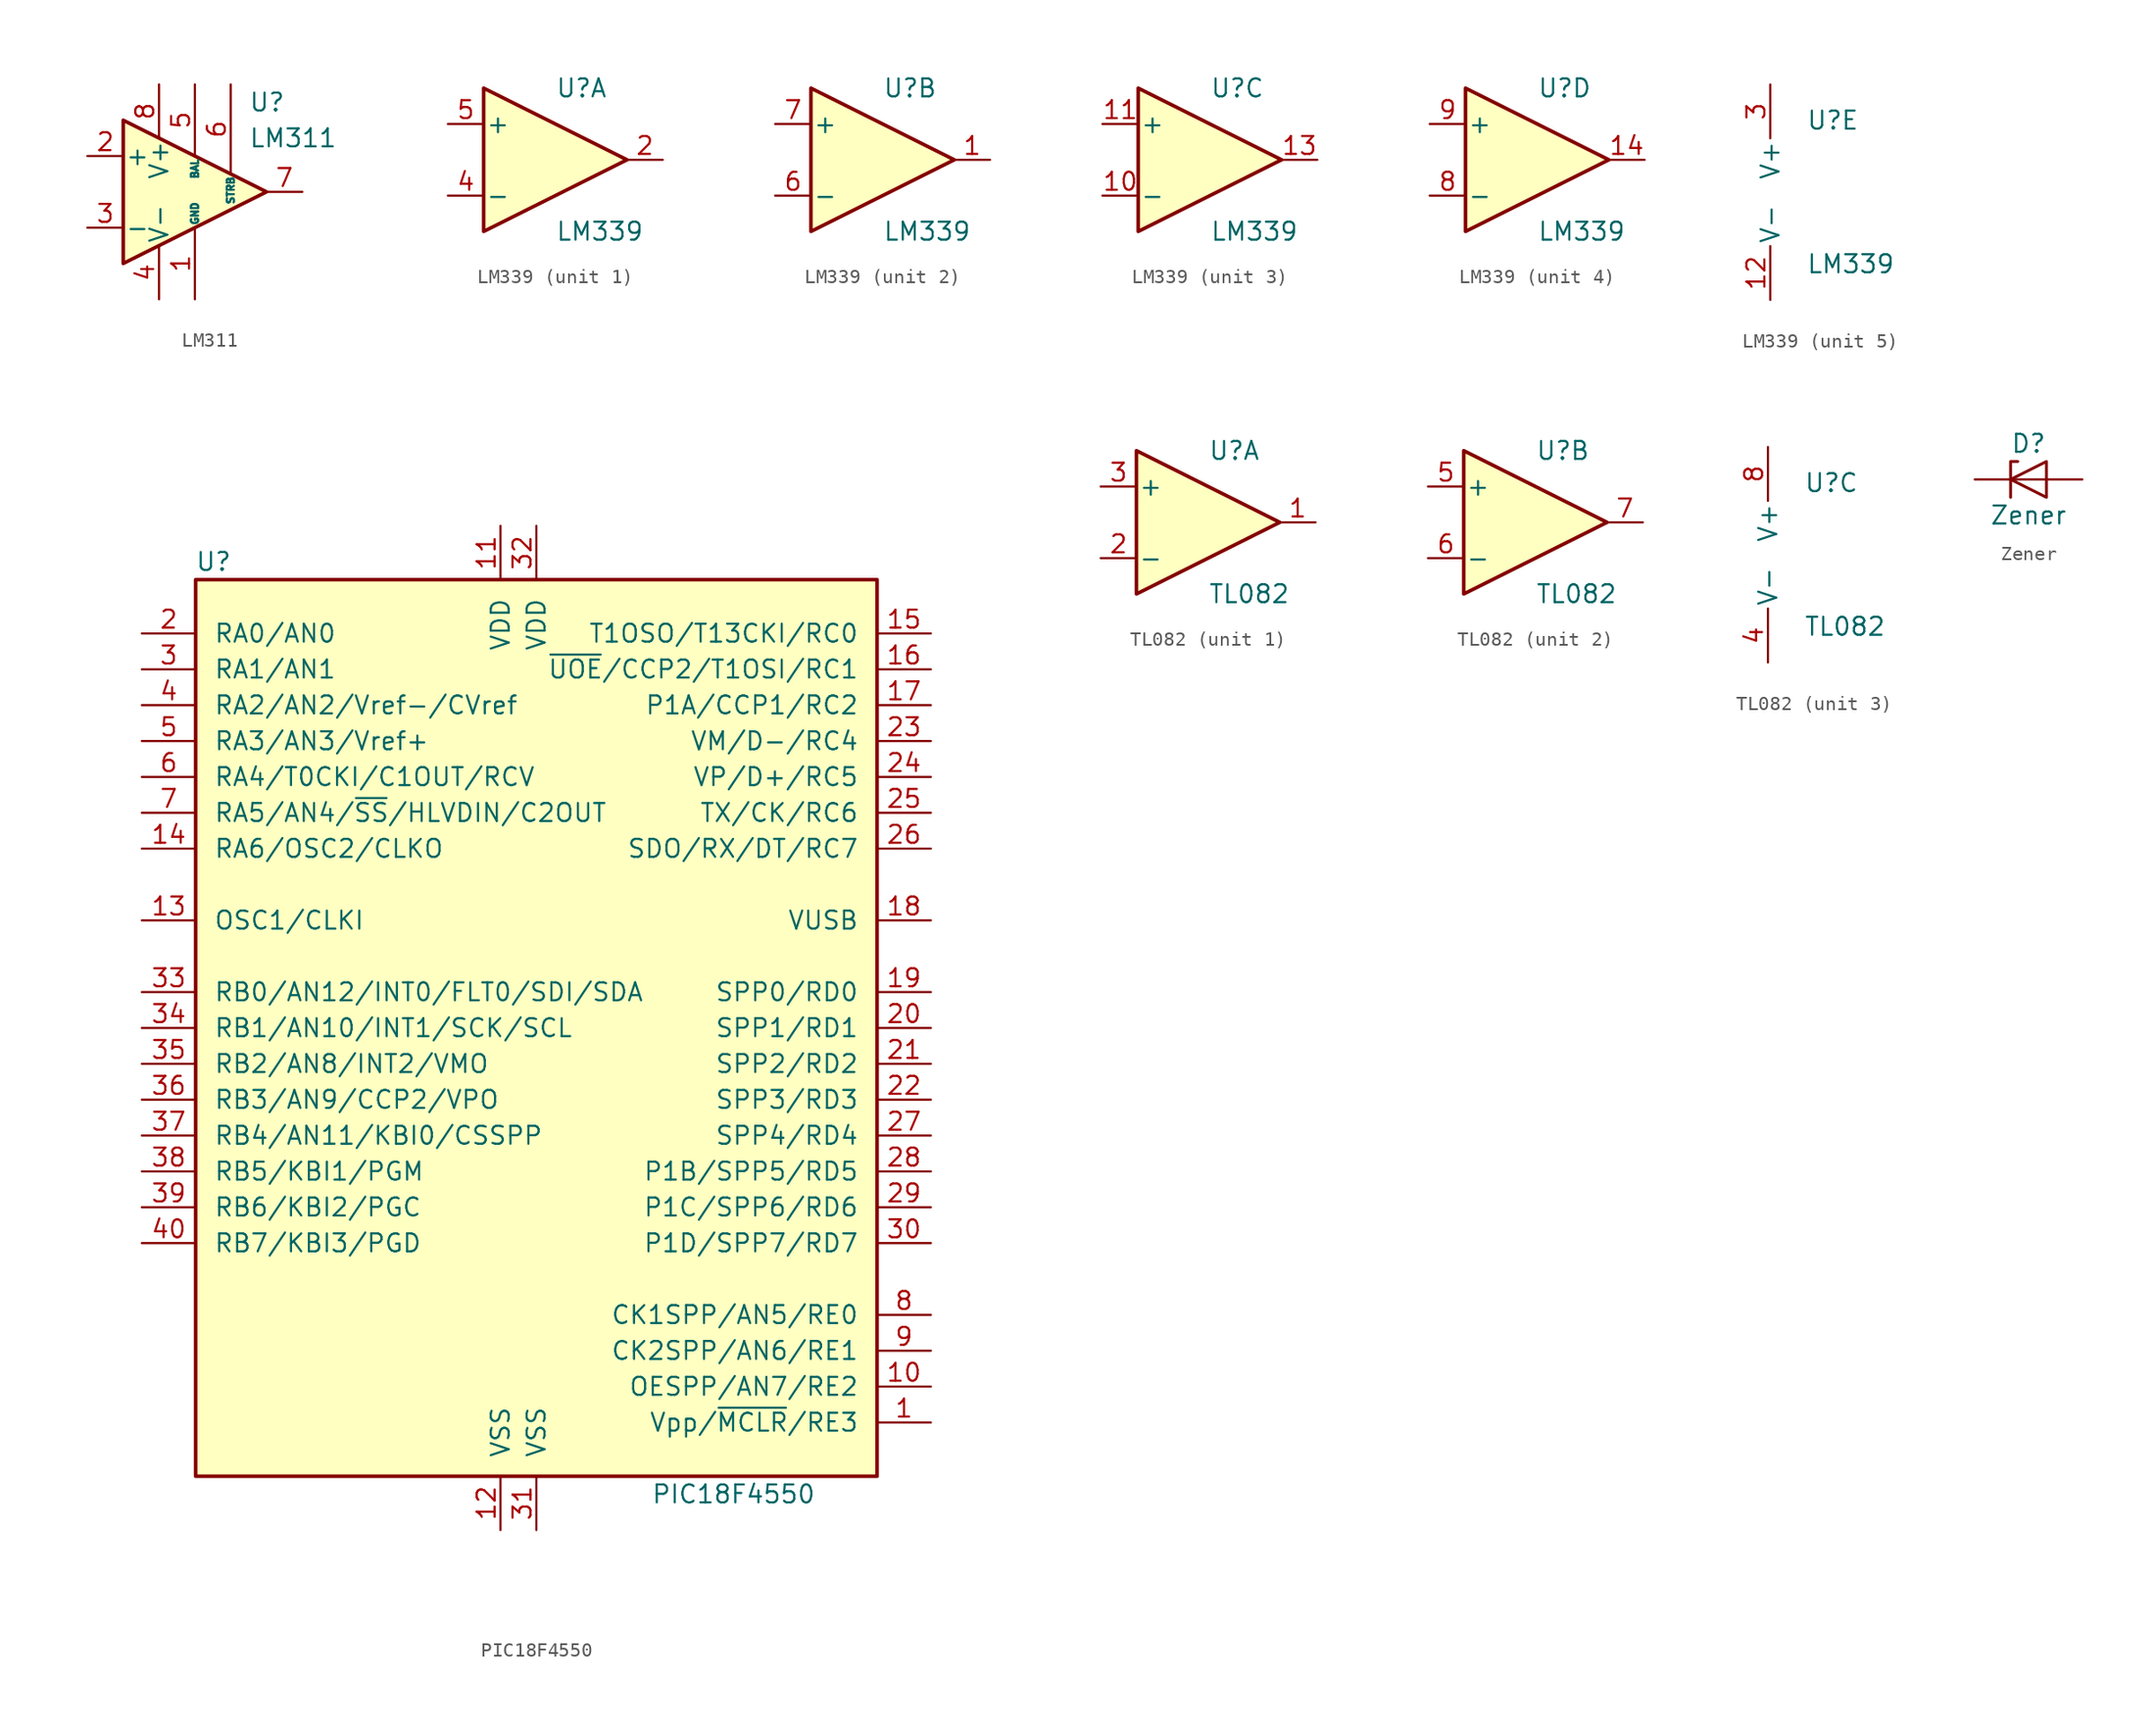
<source format=kicad_sym>
(kicad_symbol_lib
  (version 20211014)
  (generator kicad_symbol_editor)
  (symbol "LM311"
    (pin_names
      (offset 0.127))
    (property "Reference" "U"
      (at 3.81 6.35 0)
      (effects (font (size 1.27 1.27)) (justify left)))
    (property "Value" "LM311"
      (at 3.81 3.81 0)
      (effects (font (size 1.27 1.27)) (justify left)))
    (symbol "LM311_0_1"
      (polyline (pts (xy 5.08 0) (xy -5.08 5.08) (xy -5.08 -5.08) (xy 5.08 0)) (stroke (width 0.254) (type default) (color 0 0 0 0)) (fill (type background))))
    (symbol "LM311_1_1"
      (pin open_emitter line (at 0 -7.62 90) (length 5.08) (name "GND" (effects (font (size 0.508 0.508)))) (number "1" (effects (font (size 1.27 1.27)))))
      (pin input line (at -7.62 2.54 0) (length 2.54) (name "+" (effects (font (size 1.27 1.27)))) (number "2" (effects (font (size 1.27 1.27)))))
      (pin input line (at -7.62 -2.54 0) (length 2.54) (name "-" (effects (font (size 1.27 1.27)))) (number "3" (effects (font (size 1.27 1.27)))))
      (pin power_in line (at -2.54 -7.62 90) (length 3.81) (name "V-" (effects (font (size 1.27 1.27)))) (number "4" (effects (font (size 1.27 1.27)))))
      (pin passive line (at 0 7.62 270) (length 5.08) (name "BAL" (effects (font (size 0.508 0.508)))) (number "5" (effects (font (size 1.27 1.27)))))
      (pin passive line (at 2.54 7.62 270) (length 6.35) (name "STRB" (effects (font (size 0.508 0.508)))) (number "6" (effects (font (size 1.27 1.27)))))
      (pin open_collector line (at 7.62 0 180) (length 2.54) (name "~" (effects (font (size 1.27 1.27)))) (number "7" (effects (font (size 1.27 1.27)))))
      (pin power_in line (at -2.54 7.62 270) (length 3.81) (name "V+" (effects (font (size 1.27 1.27)))) (number "8" (effects (font (size 1.27 1.27)))))))
  (symbol "LM339"
    (pin_names
      (offset 0.127))
    (property "Reference" "U"
      (at 0 5.08 0)
      (effects (font (size 1.27 1.27)) (justify left)))
    (property "Value" "LM339"
      (at 0 -5.08 0)
      (effects (font (size 1.27 1.27)) (justify left)))
    (property "ki_locked" ""
      (at 0 0 0)
      (effects (font (size 1.27 1.27))))
    (symbol "LM339_1_1"
      (polyline (pts (xy -5.08 5.08) (xy 5.08 0) (xy -5.08 -5.08) (xy -5.08 5.08)) (stroke (width 0.254) (type default) (color 0 0 0 0)) (fill (type background)))
      (pin open_collector line (at 7.62 0 180) (length 2.54) (name "~" (effects (font (size 1.27 1.27)))) (number "2" (effects (font (size 1.27 1.27)))))
      (pin input line (at -7.62 -2.54 0) (length 2.54) (name "-" (effects (font (size 1.27 1.27)))) (number "4" (effects (font (size 1.27 1.27)))))
      (pin input line (at -7.62 2.54 0) (length 2.54) (name "+" (effects (font (size 1.27 1.27)))) (number "5" (effects (font (size 1.27 1.27))))))
    (symbol "LM339_2_1"
      (polyline (pts (xy -5.08 5.08) (xy 5.08 0) (xy -5.08 -5.08) (xy -5.08 5.08)) (stroke (width 0.254) (type default) (color 0 0 0 0)) (fill (type background)))
      (pin open_collector line (at 7.62 0 180) (length 2.54) (name "~" (effects (font (size 1.27 1.27)))) (number "1" (effects (font (size 1.27 1.27)))))
      (pin input line (at -7.62 -2.54 0) (length 2.54) (name "-" (effects (font (size 1.27 1.27)))) (number "6" (effects (font (size 1.27 1.27)))))
      (pin input line (at -7.62 2.54 0) (length 2.54) (name "+" (effects (font (size 1.27 1.27)))) (number "7" (effects (font (size 1.27 1.27))))))
    (symbol "LM339_3_1"
      (polyline (pts (xy -5.08 5.08) (xy 5.08 0) (xy -5.08 -5.08) (xy -5.08 5.08)) (stroke (width 0.254) (type default) (color 0 0 0 0)) (fill (type background)))
      (pin input line (at -7.62 -2.54 0) (length 2.54) (name "-" (effects (font (size 1.27 1.27)))) (number "10" (effects (font (size 1.27 1.27)))))
      (pin input line (at -7.62 2.54 0) (length 2.54) (name "+" (effects (font (size 1.27 1.27)))) (number "11" (effects (font (size 1.27 1.27)))))
      (pin open_collector line (at 7.62 0 180) (length 2.54) (name "~" (effects (font (size 1.27 1.27)))) (number "13" (effects (font (size 1.27 1.27))))))
    (symbol "LM339_4_1"
      (polyline (pts (xy -5.08 5.08) (xy 5.08 0) (xy -5.08 -5.08) (xy -5.08 5.08)) (stroke (width 0.254) (type default) (color 0 0 0 0)) (fill (type background)))
      (pin open_collector line (at 7.62 0 180) (length 2.54) (name "~" (effects (font (size 1.27 1.27)))) (number "14" (effects (font (size 1.27 1.27)))))
      (pin input line (at -7.62 -2.54 0) (length 2.54) (name "-" (effects (font (size 1.27 1.27)))) (number "8" (effects (font (size 1.27 1.27)))))
      (pin input line (at -7.62 2.54 0) (length 2.54) (name "+" (effects (font (size 1.27 1.27)))) (number "9" (effects (font (size 1.27 1.27))))))
    (symbol "LM339_5_1"
      (pin power_in line (at -2.54 -7.62 90) (length 3.81) (name "V-" (effects (font (size 1.27 1.27)))) (number "12" (effects (font (size 1.27 1.27)))))
      (pin power_in line (at -2.54 7.62 270) (length 3.81) (name "V+" (effects (font (size 1.27 1.27)))) (number "3" (effects (font (size 1.27 1.27)))))))
  (symbol "PIC18F4550"
    (pin_names
      (offset 1.27))
    (property "Reference" "U"
      (at -22.86 33.02 0)
      (effects (font (size 1.27 1.27))))
    (property "Value" "PIC18F4550"
      (at 13.97 -33.02 0)
      (effects (font (size 1.27 1.27))))
    (symbol "PIC18F4550_0_1"
      (rectangle (start -24.13 31.75) (end 24.13 -31.75) (stroke (width 0.254) (type default) (color 0 0 0 0)) (fill (type background))))
    (symbol "PIC18F4550_1_1"
      (pin input line (at 27.94 -27.94 180) (length 3.81) (name "Vpp/~{MCLR}/RE3" (effects (font (size 1.27 1.27)))) (number "1" (effects (font (size 1.27 1.27)))))
      (pin bidirectional line (at 27.94 -25.4 180) (length 3.81) (name "OESPP/AN7/RE2" (effects (font (size 1.27 1.27)))) (number "10" (effects (font (size 1.27 1.27)))))
      (pin power_in line (at -2.54 35.56 270) (length 3.81) (name "VDD" (effects (font (size 1.27 1.27)))) (number "11" (effects (font (size 1.27 1.27)))))
      (pin power_in line (at -2.54 -35.56 90) (length 3.81) (name "VSS" (effects (font (size 1.27 1.27)))) (number "12" (effects (font (size 1.27 1.27)))))
      (pin input line (at -27.94 7.62 0) (length 3.81) (name "OSC1/CLKI" (effects (font (size 1.27 1.27)))) (number "13" (effects (font (size 1.27 1.27)))))
      (pin output line (at -27.94 12.7 0) (length 3.81) (name "RA6/OSC2/CLKO" (effects (font (size 1.27 1.27)))) (number "14" (effects (font (size 1.27 1.27)))))
      (pin bidirectional line (at 27.94 27.94 180) (length 3.81) (name "T1OSO/T13CKI/RC0" (effects (font (size 1.27 1.27)))) (number "15" (effects (font (size 1.27 1.27)))))
      (pin bidirectional line (at 27.94 25.4 180) (length 3.81) (name "~{UOE}/CCP2/T1OSI/RC1" (effects (font (size 1.27 1.27)))) (number "16" (effects (font (size 1.27 1.27)))))
      (pin bidirectional line (at 27.94 22.86 180) (length 3.81) (name "P1A/CCP1/RC2" (effects (font (size 1.27 1.27)))) (number "17" (effects (font (size 1.27 1.27)))))
      (pin bidirectional line (at 27.94 7.62 180) (length 3.81) (name "VUSB" (effects (font (size 1.27 1.27)))) (number "18" (effects (font (size 1.27 1.27)))))
      (pin bidirectional line (at 27.94 2.54 180) (length 3.81) (name "SPP0/RD0" (effects (font (size 1.27 1.27)))) (number "19" (effects (font (size 1.27 1.27)))))
      (pin bidirectional line (at -27.94 27.94 0) (length 3.81) (name "RA0/AN0" (effects (font (size 1.27 1.27)))) (number "2" (effects (font (size 1.27 1.27)))))
      (pin bidirectional line (at 27.94 0 180) (length 3.81) (name "SPP1/RD1" (effects (font (size 1.27 1.27)))) (number "20" (effects (font (size 1.27 1.27)))))
      (pin bidirectional line (at 27.94 -2.54 180) (length 3.81) (name "SPP2/RD2" (effects (font (size 1.27 1.27)))) (number "21" (effects (font (size 1.27 1.27)))))
      (pin bidirectional line (at 27.94 -5.08 180) (length 3.81) (name "SPP3/RD3" (effects (font (size 1.27 1.27)))) (number "22" (effects (font (size 1.27 1.27)))))
      (pin bidirectional line (at 27.94 20.32 180) (length 3.81) (name "VM/D-/RC4" (effects (font (size 1.27 1.27)))) (number "23" (effects (font (size 1.27 1.27)))))
      (pin bidirectional line (at 27.94 17.78 180) (length 3.81) (name "VP/D+/RC5" (effects (font (size 1.27 1.27)))) (number "24" (effects (font (size 1.27 1.27)))))
      (pin bidirectional line (at 27.94 15.24 180) (length 3.81) (name "TX/CK/RC6" (effects (font (size 1.27 1.27)))) (number "25" (effects (font (size 1.27 1.27)))))
      (pin bidirectional line (at 27.94 12.7 180) (length 3.81) (name "SDO/RX/DT/RC7" (effects (font (size 1.27 1.27)))) (number "26" (effects (font (size 1.27 1.27)))))
      (pin bidirectional line (at 27.94 -7.62 180) (length 3.81) (name "SPP4/RD4" (effects (font (size 1.27 1.27)))) (number "27" (effects (font (size 1.27 1.27)))))
      (pin bidirectional line (at 27.94 -10.16 180) (length 3.81) (name "P1B/SPP5/RD5" (effects (font (size 1.27 1.27)))) (number "28" (effects (font (size 1.27 1.27)))))
      (pin bidirectional line (at 27.94 -12.7 180) (length 3.81) (name "P1C/SPP6/RD6" (effects (font (size 1.27 1.27)))) (number "29" (effects (font (size 1.27 1.27)))))
      (pin bidirectional line (at -27.94 25.4 0) (length 3.81) (name "RA1/AN1" (effects (font (size 1.27 1.27)))) (number "3" (effects (font (size 1.27 1.27)))))
      (pin bidirectional line (at 27.94 -15.24 180) (length 3.81) (name "P1D/SPP7/RD7" (effects (font (size 1.27 1.27)))) (number "30" (effects (font (size 1.27 1.27)))))
      (pin power_in line (at 0 -35.56 90) (length 3.81) (name "VSS" (effects (font (size 1.27 1.27)))) (number "31" (effects (font (size 1.27 1.27)))))
      (pin power_in line (at 0 35.56 270) (length 3.81) (name "VDD" (effects (font (size 1.27 1.27)))) (number "32" (effects (font (size 1.27 1.27)))))
      (pin bidirectional line (at -27.94 2.54 0) (length 3.81) (name "RB0/AN12/INT0/FLT0/SDI/SDA" (effects (font (size 1.27 1.27)))) (number "33" (effects (font (size 1.27 1.27)))))
      (pin bidirectional line (at -27.94 0 0) (length 3.81) (name "RB1/AN10/INT1/SCK/SCL" (effects (font (size 1.27 1.27)))) (number "34" (effects (font (size 1.27 1.27)))))
      (pin bidirectional line (at -27.94 -2.54 0) (length 3.81) (name "RB2/AN8/INT2/VMO" (effects (font (size 1.27 1.27)))) (number "35" (effects (font (size 1.27 1.27)))))
      (pin bidirectional line (at -27.94 -5.08 0) (length 3.81) (name "RB3/AN9/CCP2/VPO" (effects (font (size 1.27 1.27)))) (number "36" (effects (font (size 1.27 1.27)))))
      (pin bidirectional line (at -27.94 -7.62 0) (length 3.81) (name "RB4/AN11/KBI0/CSSPP" (effects (font (size 1.27 1.27)))) (number "37" (effects (font (size 1.27 1.27)))))
      (pin bidirectional line (at -27.94 -10.16 0) (length 3.81) (name "RB5/KBI1/PGM" (effects (font (size 1.27 1.27)))) (number "38" (effects (font (size 1.27 1.27)))))
      (pin bidirectional line (at -27.94 -12.7 0) (length 3.81) (name "RB6/KBI2/PGC" (effects (font (size 1.27 1.27)))) (number "39" (effects (font (size 1.27 1.27)))))
      (pin bidirectional line (at -27.94 22.86 0) (length 3.81) (name "RA2/AN2/Vref-/CVref" (effects (font (size 1.27 1.27)))) (number "4" (effects (font (size 1.27 1.27)))))
      (pin bidirectional line (at -27.94 -15.24 0) (length 3.81) (name "RB7/KBI3/PGD" (effects (font (size 1.27 1.27)))) (number "40" (effects (font (size 1.27 1.27)))))
      (pin bidirectional line (at -27.94 20.32 0) (length 3.81) (name "RA3/AN3/Vref+" (effects (font (size 1.27 1.27)))) (number "5" (effects (font (size 1.27 1.27)))))
      (pin bidirectional line (at -27.94 17.78 0) (length 3.81) (name "RA4/T0CKI/C1OUT/RCV" (effects (font (size 1.27 1.27)))) (number "6" (effects (font (size 1.27 1.27)))))
      (pin bidirectional line (at -27.94 15.24 0) (length 3.81) (name "RA5/AN4/~{SS}/HLVDIN/C2OUT" (effects (font (size 1.27 1.27)))) (number "7" (effects (font (size 1.27 1.27)))))
      (pin bidirectional line (at 27.94 -20.32 180) (length 3.81) (name "CK1SPP/AN5/RE0" (effects (font (size 1.27 1.27)))) (number "8" (effects (font (size 1.27 1.27)))))
      (pin bidirectional line (at 27.94 -22.86 180) (length 3.81) (name "CK2SPP/AN6/RE1" (effects (font (size 1.27 1.27)))) (number "9" (effects (font (size 1.27 1.27)))))))
  (symbol "TL082"
    (pin_names
      (offset 0.127))
    (property "Reference" "U"
      (at 0 5.08 0)
      (effects (font (size 1.27 1.27)) (justify left)))
    (property "Value" "TL082"
      (at 0 -5.08 0)
      (effects (font (size 1.27 1.27)) (justify left)))
    (property "ki_locked" ""
      (at 0 0 0)
      (effects (font (size 1.27 1.27))))
    (symbol "TL082_1_1"
      (polyline (pts (xy -5.08 5.08) (xy 5.08 0) (xy -5.08 -5.08) (xy -5.08 5.08)) (stroke (width 0.254) (type default) (color 0 0 0 0)) (fill (type background)))
      (pin output line (at 7.62 0 180) (length 2.54) (name "~" (effects (font (size 1.27 1.27)))) (number "1" (effects (font (size 1.27 1.27)))))
      (pin input line (at -7.62 -2.54 0) (length 2.54) (name "-" (effects (font (size 1.27 1.27)))) (number "2" (effects (font (size 1.27 1.27)))))
      (pin input line (at -7.62 2.54 0) (length 2.54) (name "+" (effects (font (size 1.27 1.27)))) (number "3" (effects (font (size 1.27 1.27))))))
    (symbol "TL082_2_1"
      (polyline (pts (xy -5.08 5.08) (xy 5.08 0) (xy -5.08 -5.08) (xy -5.08 5.08)) (stroke (width 0.254) (type default) (color 0 0 0 0)) (fill (type background)))
      (pin input line (at -7.62 2.54 0) (length 2.54) (name "+" (effects (font (size 1.27 1.27)))) (number "5" (effects (font (size 1.27 1.27)))))
      (pin input line (at -7.62 -2.54 0) (length 2.54) (name "-" (effects (font (size 1.27 1.27)))) (number "6" (effects (font (size 1.27 1.27)))))
      (pin output line (at 7.62 0 180) (length 2.54) (name "~" (effects (font (size 1.27 1.27)))) (number "7" (effects (font (size 1.27 1.27))))))
    (symbol "TL082_3_1"
      (pin power_in line (at -2.54 -7.62 90) (length 3.81) (name "V-" (effects (font (size 1.27 1.27)))) (number "4" (effects (font (size 1.27 1.27)))))
      (pin power_in line (at -2.54 7.62 270) (length 3.81) (name "V+" (effects (font (size 1.27 1.27)))) (number "8" (effects (font (size 1.27 1.27)))))))
  (symbol "Zener"
    (pin_numbers hide)
    (pin_names
      (offset 1.016) hide)
    (property "Reference" "D"
      (at 0 2.54 0)
      (effects (font (size 1.27 1.27))))
    (property "Value" "Zener"
      (at 0 -2.54 0)
      (effects (font (size 1.27 1.27))))
    (symbol "Zener_0_1"
      (polyline (pts (xy 1.27 0) (xy -1.27 0)) (stroke (width 0) (type default) (color 0 0 0 0)) (fill (type none)))
      (polyline (pts (xy -1.27 -1.27) (xy -1.27 1.27) (xy -0.762 1.27)) (stroke (width 0.203) (type default) (color 0 0 0 0)) (fill (type none)))
      (polyline (pts (xy 1.27 -1.27) (xy 1.27 1.27) (xy -1.27 0) (xy 1.27 -1.27)) (stroke (width 0.203) (type default) (color 0 0 0 0)) (fill (type none))))
    (symbol "Zener_1_1"
      (pin passive line (at -3.81 0 0) (length 2.54) (name "K" (effects (font (size 1.27 1.27)))) (number "1" (effects (font (size 1.27 1.27)))))
      (pin passive line (at 3.81 0 180) (length 2.54) (name "A" (effects (font (size 1.27 1.27)))) (number "2" (effects (font (size 1.27 1.27))))))))
</source>
